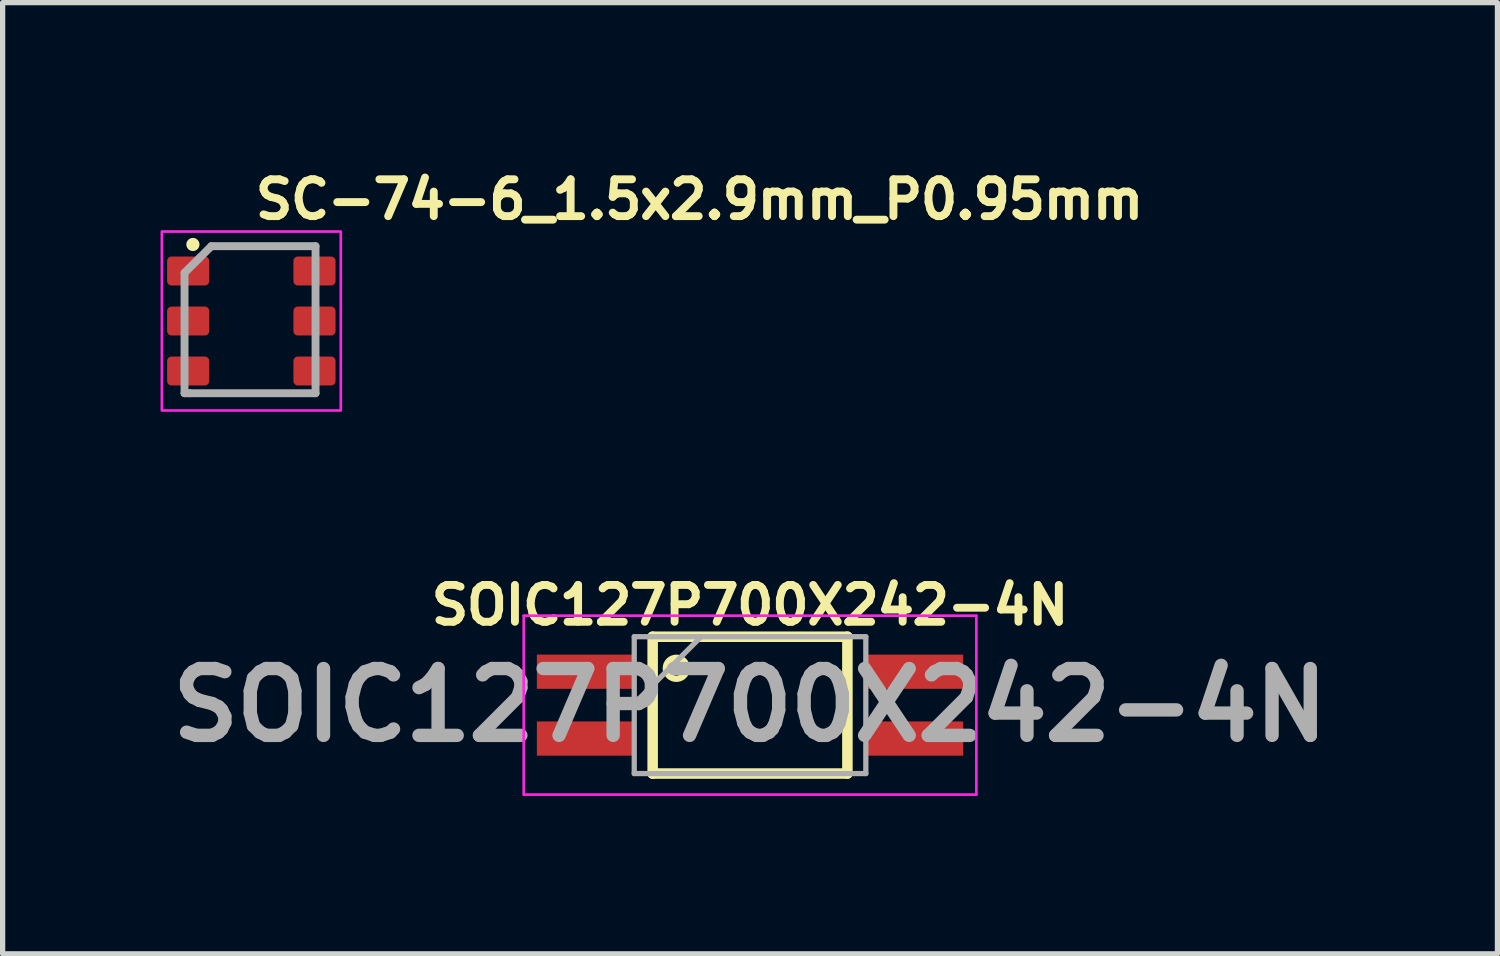
<source format=kicad_pcb>
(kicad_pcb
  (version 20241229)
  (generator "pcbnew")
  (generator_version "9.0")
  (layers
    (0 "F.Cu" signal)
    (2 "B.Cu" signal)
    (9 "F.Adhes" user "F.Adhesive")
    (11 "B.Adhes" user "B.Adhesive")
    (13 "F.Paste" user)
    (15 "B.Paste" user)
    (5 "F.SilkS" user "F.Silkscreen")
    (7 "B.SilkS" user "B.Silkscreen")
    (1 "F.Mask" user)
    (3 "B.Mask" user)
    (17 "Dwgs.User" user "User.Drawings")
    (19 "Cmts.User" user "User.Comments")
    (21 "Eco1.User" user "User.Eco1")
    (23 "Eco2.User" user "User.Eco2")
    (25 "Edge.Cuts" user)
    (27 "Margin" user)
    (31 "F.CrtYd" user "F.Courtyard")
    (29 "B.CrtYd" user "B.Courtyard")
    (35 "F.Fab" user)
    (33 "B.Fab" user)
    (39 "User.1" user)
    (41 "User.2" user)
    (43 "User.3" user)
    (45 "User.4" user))
  (footprint "SOIC127P700X242-4N"
    (layer "F.Cu")
    (at 11.2 10.347)
    (property "Reference" "SOIC127P700X242-4N" (at 0 -1.9 0) (layer "F.SilkS") (effects (font (size 0.7 0.7) (thickness 0.15))))
    (attr smd)
    (fp_line (start -1.85 -1.3) (end 1.85 -1.3) (stroke (width 0.2) (type solid)) (layer "F.SilkS"))
    (fp_line (start -1.85 1.3) (end -1.85 -1.3) (stroke (width 0.2) (type solid)) (layer "F.SilkS"))
    (fp_line (start 1.85 -1.3) (end 1.85 1.3) (stroke (width 0.2) (type solid)) (layer "F.SilkS"))
    (fp_line (start 1.85 1.3) (end -1.85 1.3) (stroke (width 0.2) (type solid)) (layer "F.SilkS"))
    (fp_circle (center -1.4 -0.7) (end -1.4 -0.5) (stroke (width 0.12) (type solid)) (fill no) (layer "F.SilkS"))
    (fp_line (start -4.3 -1.7) (end 4.3 -1.7) (stroke (width 0.05) (type solid)) (layer "F.CrtYd"))
    (fp_line (start -4.3 1.7) (end -4.3 -1.7) (stroke (width 0.05) (type solid)) (layer "F.CrtYd"))
    (fp_line (start 4.3 -1.7) (end 4.3 1.7) (stroke (width 0.05) (type solid)) (layer "F.CrtYd"))
    (fp_line (start 4.3 1.7) (end -4.3 1.7) (stroke (width 0.05) (type solid)) (layer "F.CrtYd"))
    (fp_line (start -2.2 -1.3) (end 2.2 -1.3) (stroke (width 0.1) (type solid)) (layer "F.Fab"))
    (fp_line (start -2.2 -0.03) (end -0.93 -1.3) (stroke (width 0.1) (type solid)) (layer "F.Fab"))
    (fp_line (start -2.2 1.3) (end -2.2 -1.3) (stroke (width 0.1) (type solid)) (layer "F.Fab"))
    (fp_line (start 2.2 -1.3) (end 2.2 1.3) (stroke (width 0.1) (type solid)) (layer "F.Fab"))
    (fp_line (start 2.2 1.3) (end -2.2 1.3) (stroke (width 0.1) (type solid)) (layer "F.Fab"))
    (fp_text user "${REFERENCE}" (at 0 0 0) (layer "F.Fab") (effects (font (size 1.27 1.27) (thickness 0.254))))
    (pad "1" smd rect (at -3.125 -0.635 90) (size 0.65 1.85) (layers "F.Cu" "F.Mask" "F.Paste"))
    (pad "2" smd rect (at -3.125 0.635 90) (size 0.65 1.85) (layers "F.Cu" "F.Mask" "F.Paste"))
    (pad "3" smd rect (at 3.125 0.635 90) (size 0.65 1.85) (layers "F.Cu" "F.Mask" "F.Paste"))
    (pad "4" smd rect (at 3.125 -0.635 90) (size 0.65 1.85) (layers "F.Cu" "F.Mask" "F.Paste")))
  (footprint "SC-74-6_1.5x2.9mm_P0.95mm"
    (layer "F.Cu")
    (at 1.725 3.049)
    (property "Reference" "SC-74-6_1.5x2.9mm_P0.95mm" (at 0.001 -1.899 0) (layer "F.SilkS") (effects (font (size 0.7 0.7) (thickness 0.15)) (justify left bottom)))
    (attr smd)
    (fp_circle (center -1.11 -1.454) (end -1.06 -1.454) (stroke (width 0.15) (type solid)) (fill yes) (layer "F.SilkS"))
    (fp_rect (start -1.7 -1.7) (end 1.7 1.7) (stroke (width 0.05) (type solid)) (fill no) (layer "F.CrtYd"))
    (fp_line (start -1.269 -0.915) (end -1.269 1.372) (stroke (width 0.15) (type solid)) (layer "F.Fab"))
    (fp_line (start -1.269 1.372) (end -1.167 1.372) (stroke (width 0.15) (type solid)) (layer "F.Fab"))
    (fp_line (start -1.167 1.372) (end 1.22 1.372) (stroke (width 0.15) (type solid)) (layer "F.Fab"))
    (fp_line (start -0.76 -1.422) (end -1.269 -0.915) (stroke (width 0.15) (type solid)) (layer "F.Fab"))
    (fp_line (start 1.22 -1.422) (end -0.76 -1.422) (stroke (width 0.15) (type solid)) (layer "F.Fab"))
    (fp_line (start 1.22 1.372) (end 1.22 -1.422) (stroke (width 0.15) (type solid)) (layer "F.Fab"))
    (fp_rect (start -1.213 -1.397) (end 1.212 1.395) (stroke (width 0.1) (type solid)) (fill no) (layer "User.5"))
    (fp_line (start -1.213 -0.724) (end -1.213 -1.182) (stroke (width 0.02) (type solid)) (layer "User.9"))
    (fp_line (start -1.213 0.228) (end -1.213 -0.232) (stroke (width 0.02) (type solid)) (layer "User.9"))
    (fp_line (start -1.213 1.181) (end -1.213 0.72) (stroke (width 0.02) (type solid)) (layer "User.9"))
    (fp_line (start -1.009 -1.182) (end -1.213 -1.182) (stroke (width 0.02) (type solid)) (layer "User.9"))
    (fp_line (start -1.009 -0.724) (end -1.213 -0.724) (stroke (width 0.02) (type solid)) (layer "User.9"))
    (fp_line (start -1.009 -0.232) (end -1.213 -0.232) (stroke (width 0.02) (type solid)) (layer "User.9"))
    (fp_line (start -1.009 0.228) (end -1.213 0.228) (stroke (width 0.02) (type solid)) (layer "User.9"))
    (fp_line (start -1.009 0.72) (end -1.213 0.72) (stroke (width 0.02) (type solid)) (layer "User.9"))
    (fp_line (start -1.009 1.181) (end -1.213 1.181) (stroke (width 0.02) (type solid)) (layer "User.9"))
    (fp_line (start -0.934 -1.182) (end -1.009 -1.182) (stroke (width 0.02) (type solid)) (layer "User.9"))
    (fp_line (start -0.934 -0.724) (end -1.009 -0.724) (stroke (width 0.02) (type solid)) (layer "User.9"))
    (fp_line (start -0.934 -0.724) (end -0.934 -1.182) (stroke (width 0.02) (type solid)) (layer "User.9"))
    (fp_line (start -0.934 -0.232) (end -1.009 -0.232) (stroke (width 0.02) (type solid)) (layer "User.9"))
    (fp_line (start -0.934 0.228) (end -1.009 0.228) (stroke (width 0.02) (type solid)) (layer "User.9"))
    (fp_line (start -0.934 0.228) (end -0.934 -0.232) (stroke (width 0.02) (type solid)) (layer "User.9"))
    (fp_line (start -0.934 0.72) (end -1.009 0.72) (stroke (width 0.02) (type solid)) (layer "User.9"))
    (fp_line (start -0.934 1.181) (end -1.009 1.181) (stroke (width 0.02) (type solid)) (layer "User.9"))
    (fp_line (start -0.934 1.181) (end -0.934 0.72) (stroke (width 0.02) (type solid)) (layer "User.9"))
    (fp_line (start -0.655 -1.182) (end -0.934 -1.182) (stroke (width 0.02) (type solid)) (layer "User.9"))
    (fp_line (start -0.655 -0.724) (end -0.934 -0.724) (stroke (width 0.02) (type solid)) (layer "User.9"))
    (fp_line (start -0.655 -0.232) (end -0.934 -0.232) (stroke (width 0.02) (type solid)) (layer "User.9"))
    (fp_line (start -0.655 0.228) (end -0.934 0.228) (stroke (width 0.02) (type solid)) (layer "User.9"))
    (fp_line (start -0.655 0.72) (end -0.934 0.72) (stroke (width 0.02) (type solid)) (layer "User.9"))
    (fp_line (start -0.655 1.181) (end -0.934 1.181) (stroke (width 0.02) (type solid)) (layer "User.9"))
    (fp_line (start -0.642 -1.397) (end -0.457 -1.214) (stroke (width 0.02) (type solid)) (layer "User.9"))
    (fp_line (start -0.642 -1.397) (end 0.628 -1.397) (stroke (width 0.02) (type solid)) (layer "User.9"))
    (fp_line (start -0.642 -1.182) (end -0.642 -1.397) (stroke (width 0.02) (type solid)) (layer "User.9"))
    (fp_line (start -0.642 -0.232) (end -0.642 -0.724) (stroke (width 0.02) (type solid)) (layer "User.9"))
    (fp_line (start -0.642 0.72) (end -0.642 0.228) (stroke (width 0.02) (type solid)) (layer "User.9"))
    (fp_line (start -0.642 1.395) (end -0.642 1.181) (stroke (width 0.02) (type solid)) (layer "User.9"))
    (fp_line (start -0.642 1.395) (end -0.457 1.211) (stroke (width 0.02) (type solid)) (layer "User.9"))
    (fp_line (start -0.63 -1.182) (end -0.655 -1.182) (stroke (width 0.02) (type solid)) (layer "User.9"))
    (fp_line (start -0.63 -1.182) (end -0.63 -0.724) (stroke (width 0.02) (type solid)) (layer "User.9"))
    (fp_line (start -0.63 -0.724) (end -0.655 -0.724) (stroke (width 0.02) (type solid)) (layer "User.9"))
    (fp_line (start -0.63 -0.232) (end -0.655 -0.232) (stroke (width 0.02) (type solid)) (layer "User.9"))
    (fp_line (start -0.63 -0.232) (end -0.63 0.228) (stroke (width 0.02) (type solid)) (layer "User.9"))
    (fp_line (start -0.63 0.228) (end -0.655 0.228) (stroke (width 0.02) (type solid)) (layer "User.9"))
    (fp_line (start -0.63 0.72) (end -0.655 0.72) (stroke (width 0.02) (type solid)) (layer "User.9"))
    (fp_line (start -0.63 0.72) (end -0.63 1.181) (stroke (width 0.02) (type solid)) (layer "User.9"))
    (fp_line (start -0.63 1.181) (end -0.655 1.181) (stroke (width 0.02) (type solid)) (layer "User.9"))
    (fp_line (start -0.457 -1.214) (end -0.457 1.211) (stroke (width 0.02) (type solid)) (layer "User.9"))
    (fp_line (start -0.457 1.211) (end 0.443 1.211) (stroke (width 0.02) (type solid)) (layer "User.9"))
    (fp_line (start 0.443 -1.214) (end -0.457 -1.214) (stroke (width 0.02) (type solid)) (layer "User.9"))
    (fp_line (start 0.443 -1.214) (end 0.628 -1.397) (stroke (width 0.02) (type solid)) (layer "User.9"))
    (fp_line (start 0.443 1.211) (end 0.443 -1.214) (stroke (width 0.02) (type solid)) (layer "User.9"))
    (fp_line (start 0.443 1.211) (end 0.628 1.395) (stroke (width 0.02) (type solid)) (layer "User.9"))
    (fp_line (start 0.619 -1.182) (end 0.657 -1.182) (stroke (width 0.02) (type solid)) (layer "User.9"))
    (fp_line (start 0.619 -0.724) (end 0.619 -1.182) (stroke (width 0.02) (type solid)) (layer "User.9"))
    (fp_line (start 0.619 -0.724) (end 0.657 -0.724) (stroke (width 0.02) (type solid)) (layer "User.9"))
    (fp_line (start 0.619 -0.232) (end 0.657 -0.232) (stroke (width 0.02) (type solid)) (layer "User.9"))
    (fp_line (start 0.619 0.228) (end 0.619 -0.232) (stroke (width 0.02) (type solid)) (layer "User.9"))
    (fp_line (start 0.619 0.228) (end 0.657 0.228) (stroke (width 0.02) (type solid)) (layer "User.9"))
    (fp_line (start 0.619 0.72) (end 0.657 0.72) (stroke (width 0.02) (type solid)) (layer "User.9"))
    (fp_line (start 0.619 1.181) (end 0.619 0.72) (stroke (width 0.02) (type solid)) (layer "User.9"))
    (fp_line (start 0.619 1.181) (end 0.657 1.181) (stroke (width 0.02) (type solid)) (layer "User.9"))
    (fp_line (start 0.628 -1.397) (end 0.628 -1.182) (stroke (width 0.02) (type solid)) (layer "User.9"))
    (fp_line (start 0.628 -0.724) (end 0.628 -0.232) (stroke (width 0.02) (type solid)) (layer "User.9"))
    (fp_line (start 0.628 0.228) (end 0.628 0.72) (stroke (width 0.02) (type solid)) (layer "User.9"))
    (fp_line (start 0.628 1.181) (end 0.628 1.395) (stroke (width 0.02) (type solid)) (layer "User.9"))
    (fp_line (start 0.628 1.395) (end -0.642 1.395) (stroke (width 0.02) (type solid)) (layer "User.9"))
    (fp_line (start 0.657 -1.182) (end 0.936 -1.182) (stroke (width 0.02) (type solid)) (layer "User.9"))
    (fp_line (start 0.657 -0.724) (end 0.936 -0.724) (stroke (width 0.02) (type solid)) (layer "User.9"))
    (fp_line (start 0.657 -0.232) (end 0.936 -0.232) (stroke (width 0.02) (type solid)) (layer "User.9"))
    (fp_line (start 0.657 0.228) (end 0.936 0.228) (stroke (width 0.02) (type solid)) (layer "User.9"))
    (fp_line (start 0.657 0.72) (end 0.936 0.72) (stroke (width 0.02) (type solid)) (layer "User.9"))
    (fp_line (start 0.657 1.181) (end 0.936 1.181) (stroke (width 0.02) (type solid)) (layer "User.9"))
    (fp_line (start 0.936 -1.182) (end 0.936 -0.724) (stroke (width 0.02) (type solid)) (layer "User.9"))
    (fp_line (start 0.936 -1.182) (end 1.009 -1.182) (stroke (width 0.02) (type solid)) (layer "User.9"))
    (fp_line (start 0.936 -0.724) (end 1.009 -0.724) (stroke (width 0.02) (type solid)) (layer "User.9"))
    (fp_line (start 0.936 -0.232) (end 0.936 0.228) (stroke (width 0.02) (type solid)) (layer "User.9"))
    (fp_line (start 0.936 -0.232) (end 1.009 -0.232) (stroke (width 0.02) (type solid)) (layer "User.9"))
    (fp_line (start 0.936 0.228) (end 1.009 0.228) (stroke (width 0.02) (type solid)) (layer "User.9"))
    (fp_line (start 0.936 0.72) (end 0.936 1.181) (stroke (width 0.02) (type solid)) (layer "User.9"))
    (fp_line (start 0.936 0.72) (end 0.936 1.181) (stroke (width 0.02) (type solid)) (layer "User.9"))
    (fp_line (start 0.936 0.72) (end 1.009 0.72) (stroke (width 0.02) (type solid)) (layer "User.9"))
    (fp_line (start 0.936 1.181) (end 1.009 1.181) (stroke (width 0.02) (type solid)) (layer "User.9"))
    (fp_line (start 1.009 -1.182) (end 1.212 -1.182) (stroke (width 0.02) (type solid)) (layer "User.9"))
    (fp_line (start 1.009 -0.724) (end 1.212 -0.724) (stroke (width 0.02) (type solid)) (layer "User.9"))
    (fp_line (start 1.009 -0.232) (end 1.212 -0.232) (stroke (width 0.02) (type solid)) (layer "User.9"))
    (fp_line (start 1.009 0.228) (end 1.212 0.228) (stroke (width 0.02) (type solid)) (layer "User.9"))
    (fp_line (start 1.009 0.72) (end 1.212 0.72) (stroke (width 0.02) (type solid)) (layer "User.9"))
    (fp_line (start 1.009 1.181) (end 1.212 1.181) (stroke (width 0.02) (type solid)) (layer "User.9"))
    (fp_line (start 1.212 -1.182) (end 1.212 -0.724) (stroke (width 0.02) (type solid)) (layer "User.9"))
    (fp_line (start 1.212 -0.232) (end 1.212 0.228) (stroke (width 0.02) (type solid)) (layer "User.9"))
    (fp_line (start 1.212 0.72) (end 1.212 1.181) (stroke (width 0.02) (type solid)) (layer "User.9"))
    (pad "1" smd roundrect (at -1.2 -0.95) (size 0.8 0.55) (layers "F.Cu" "F.Mask" "F.Paste") (roundrect_rratio 0.15))
    (pad "2" smd roundrect (at -1.2 0) (size 0.8 0.55) (layers "F.Cu" "F.Mask" "F.Paste") (roundrect_rratio 0.15))
    (pad "3" smd roundrect (at -1.2 0.95) (size 0.8 0.55) (layers "F.Cu" "F.Mask" "F.Paste") (roundrect_rratio 0.15))
    (pad "4" smd roundrect (at 1.2 0.95) (size 0.8 0.55) (layers "F.Cu" "F.Mask" "F.Paste") (roundrect_rratio 0.15))
    (pad "5" smd roundrect (at 1.2 0) (size 0.8 0.55) (layers "F.Cu" "F.Mask" "F.Paste") (roundrect_rratio 0.15))
    (pad "6" smd roundrect (at 1.2 -0.95) (size 0.8 0.55) (layers "F.Cu" "F.Mask" "F.Paste") (roundrect_rratio 0.15)))
  (gr_rect
    (start -3 -3)
    (end 25.4 15.072)
    (stroke (width 0.1) (type default))
    (fill no)
    (layer "Edge.Cuts")))
</source>
